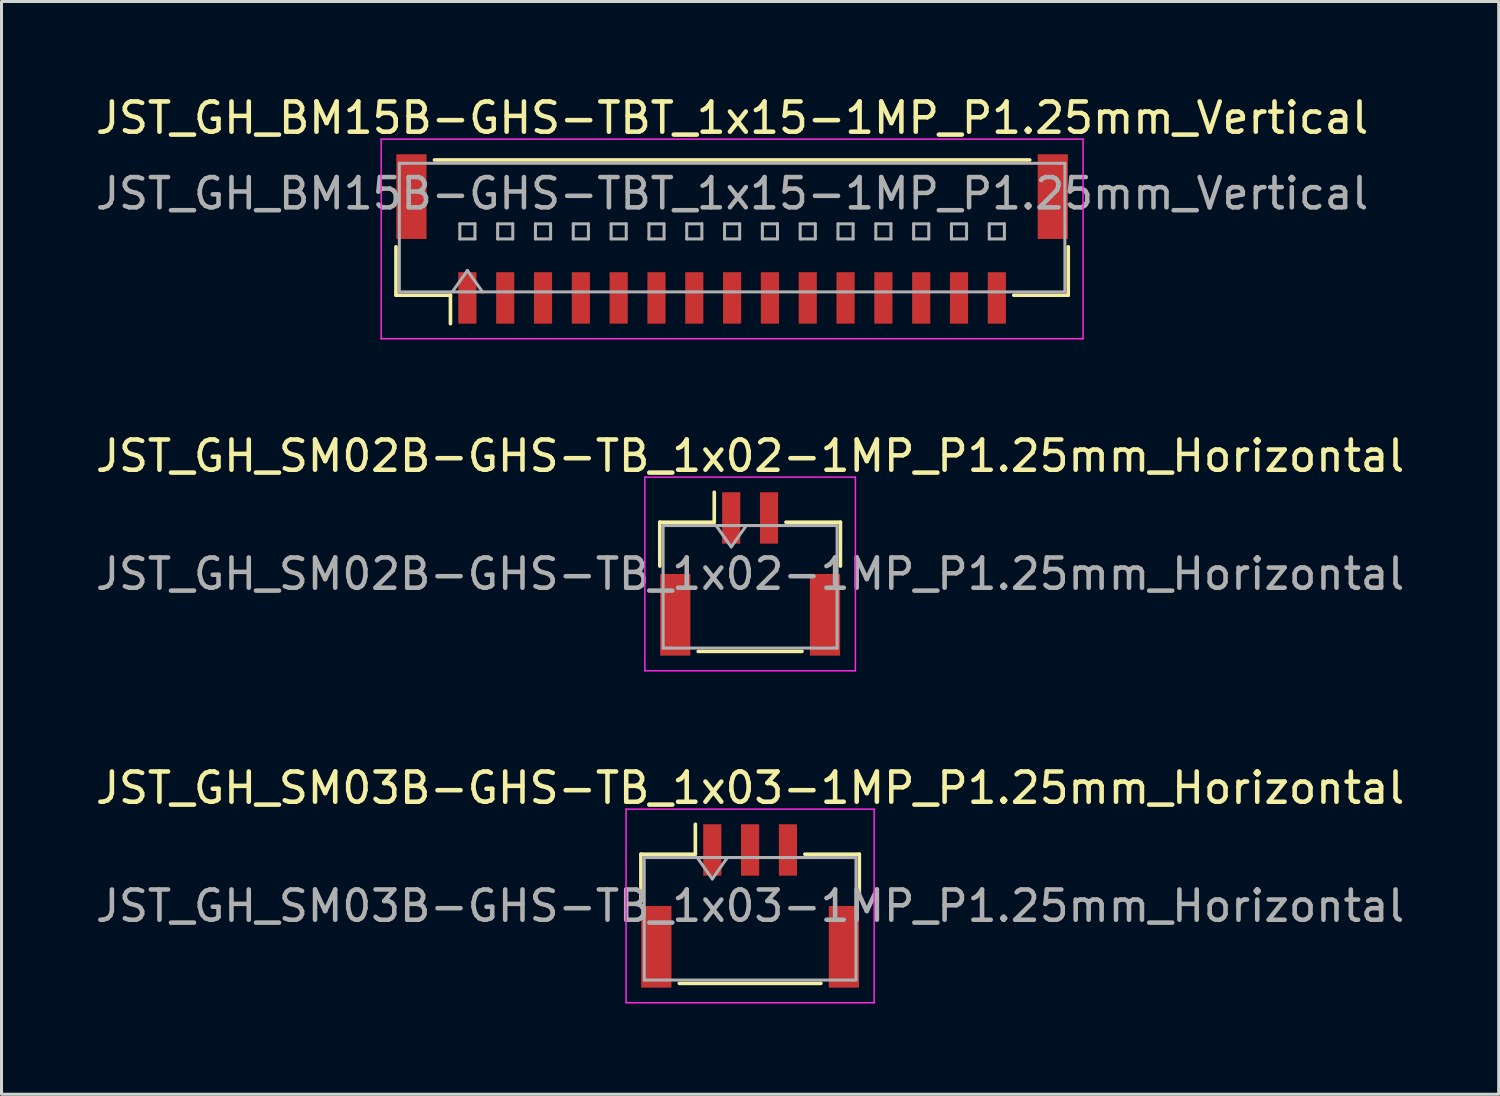
<source format=kicad_pcb>
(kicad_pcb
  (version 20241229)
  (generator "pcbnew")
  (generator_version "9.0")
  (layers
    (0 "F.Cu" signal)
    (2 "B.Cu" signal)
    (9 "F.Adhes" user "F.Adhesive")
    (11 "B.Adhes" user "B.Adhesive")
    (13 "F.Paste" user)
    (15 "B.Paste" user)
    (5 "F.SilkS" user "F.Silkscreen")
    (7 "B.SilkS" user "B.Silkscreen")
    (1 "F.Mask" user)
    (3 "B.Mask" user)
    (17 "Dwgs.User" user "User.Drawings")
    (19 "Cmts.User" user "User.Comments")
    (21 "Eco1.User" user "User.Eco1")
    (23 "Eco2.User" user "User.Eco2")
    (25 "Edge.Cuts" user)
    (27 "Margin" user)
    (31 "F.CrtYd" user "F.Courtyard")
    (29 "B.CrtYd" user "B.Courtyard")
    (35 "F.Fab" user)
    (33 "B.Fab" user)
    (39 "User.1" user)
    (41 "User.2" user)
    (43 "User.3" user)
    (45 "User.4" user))
  (footprint "JST_GH_BM15B-GHS-TBT_1x15-1MP_P1.25mm_Vertical"
    (layer "F.Cu")
    (at 21.149 4.848)
    (property "Reference" "JST_GH_BM15B-GHS-TBT_1x15-1MP_P1.25mm_Vertical" (at 0 -4 0) (layer "F.SilkS") (effects (font (size 1 1) (thickness 0.15))))
    (attr smd)
    (fp_line (start -11.11 0.26) (end -11.11 1.86) (stroke (width 0.12) (type solid)) (layer "F.SilkS"))
    (fp_line (start -11.11 1.86) (end -9.31 1.86) (stroke (width 0.12) (type solid)) (layer "F.SilkS"))
    (fp_line (start -9.84 -2.61) (end 9.84 -2.61) (stroke (width 0.12) (type solid)) (layer "F.SilkS"))
    (fp_line (start -9.31 1.86) (end -9.31 2.8) (stroke (width 0.12) (type solid)) (layer "F.SilkS"))
    (fp_line (start 11.11 0.26) (end 11.11 1.86) (stroke (width 0.12) (type solid)) (layer "F.SilkS"))
    (fp_line (start 11.11 1.86) (end 9.31 1.86) (stroke (width 0.12) (type solid)) (layer "F.SilkS"))
    (fp_line (start -11.6 -3.3) (end -11.6 3.3) (stroke (width 0.05) (type solid)) (layer "F.CrtYd"))
    (fp_line (start -11.6 3.3) (end 11.6 3.3) (stroke (width 0.05) (type solid)) (layer "F.CrtYd"))
    (fp_line (start 11.6 -3.3) (end -11.6 -3.3) (stroke (width 0.05) (type solid)) (layer "F.CrtYd"))
    (fp_line (start 11.6 3.3) (end 11.6 -3.3) (stroke (width 0.05) (type solid)) (layer "F.CrtYd"))
    (fp_line (start -11 -2.5) (end 11 -2.5) (stroke (width 0.1) (type solid)) (layer "F.Fab"))
    (fp_line (start -11 1.75) (end -11 -2.5) (stroke (width 0.1) (type solid)) (layer "F.Fab"))
    (fp_line (start -11 1.75) (end 11 1.75) (stroke (width 0.1) (type solid)) (layer "F.Fab"))
    (fp_line (start -9.25 1.75) (end -8.75 1.043) (stroke (width 0.1) (type solid)) (layer "F.Fab"))
    (fp_line (start -9 -0.5) (end -9 0) (stroke (width 0.1) (type solid)) (layer "F.Fab"))
    (fp_line (start -9 0) (end -8.5 0) (stroke (width 0.1) (type solid)) (layer "F.Fab"))
    (fp_line (start -8.75 1.043) (end -8.25 1.75) (stroke (width 0.1) (type solid)) (layer "F.Fab"))
    (fp_line (start -8.5 -0.5) (end -9 -0.5) (stroke (width 0.1) (type solid)) (layer "F.Fab"))
    (fp_line (start -8.5 0) (end -8.5 -0.5) (stroke (width 0.1) (type solid)) (layer "F.Fab"))
    (fp_line (start -7.75 -0.5) (end -7.75 0) (stroke (width 0.1) (type solid)) (layer "F.Fab"))
    (fp_line (start -7.75 0) (end -7.25 0) (stroke (width 0.1) (type solid)) (layer "F.Fab"))
    (fp_line (start -7.25 -0.5) (end -7.75 -0.5) (stroke (width 0.1) (type solid)) (layer "F.Fab"))
    (fp_line (start -7.25 0) (end -7.25 -0.5) (stroke (width 0.1) (type solid)) (layer "F.Fab"))
    (fp_line (start -6.5 -0.5) (end -6.5 0) (stroke (width 0.1) (type solid)) (layer "F.Fab"))
    (fp_line (start -6.5 0) (end -6 0) (stroke (width 0.1) (type solid)) (layer "F.Fab"))
    (fp_line (start -6 -0.5) (end -6.5 -0.5) (stroke (width 0.1) (type solid)) (layer "F.Fab"))
    (fp_line (start -6 0) (end -6 -0.5) (stroke (width 0.1) (type solid)) (layer "F.Fab"))
    (fp_line (start -5.25 -0.5) (end -5.25 0) (stroke (width 0.1) (type solid)) (layer "F.Fab"))
    (fp_line (start -5.25 0) (end -4.75 0) (stroke (width 0.1) (type solid)) (layer "F.Fab"))
    (fp_line (start -4.75 -0.5) (end -5.25 -0.5) (stroke (width 0.1) (type solid)) (layer "F.Fab"))
    (fp_line (start -4.75 0) (end -4.75 -0.5) (stroke (width 0.1) (type solid)) (layer "F.Fab"))
    (fp_line (start -4 -0.5) (end -4 0) (stroke (width 0.1) (type solid)) (layer "F.Fab"))
    (fp_line (start -4 0) (end -3.5 0) (stroke (width 0.1) (type solid)) (layer "F.Fab"))
    (fp_line (start -3.5 -0.5) (end -4 -0.5) (stroke (width 0.1) (type solid)) (layer "F.Fab"))
    (fp_line (start -3.5 0) (end -3.5 -0.5) (stroke (width 0.1) (type solid)) (layer "F.Fab"))
    (fp_line (start -2.75 -0.5) (end -2.75 0) (stroke (width 0.1) (type solid)) (layer "F.Fab"))
    (fp_line (start -2.75 0) (end -2.25 0) (stroke (width 0.1) (type solid)) (layer "F.Fab"))
    (fp_line (start -2.25 -0.5) (end -2.75 -0.5) (stroke (width 0.1) (type solid)) (layer "F.Fab"))
    (fp_line (start -2.25 0) (end -2.25 -0.5) (stroke (width 0.1) (type solid)) (layer "F.Fab"))
    (fp_line (start -1.5 -0.5) (end -1.5 0) (stroke (width 0.1) (type solid)) (layer "F.Fab"))
    (fp_line (start -1.5 0) (end -1 0) (stroke (width 0.1) (type solid)) (layer "F.Fab"))
    (fp_line (start -1 -0.5) (end -1.5 -0.5) (stroke (width 0.1) (type solid)) (layer "F.Fab"))
    (fp_line (start -1 0) (end -1 -0.5) (stroke (width 0.1) (type solid)) (layer "F.Fab"))
    (fp_line (start -0.25 -0.5) (end -0.25 0) (stroke (width 0.1) (type solid)) (layer "F.Fab"))
    (fp_line (start -0.25 0) (end 0.25 0) (stroke (width 0.1) (type solid)) (layer "F.Fab"))
    (fp_line (start 0.25 -0.5) (end -0.25 -0.5) (stroke (width 0.1) (type solid)) (layer "F.Fab"))
    (fp_line (start 0.25 0) (end 0.25 -0.5) (stroke (width 0.1) (type solid)) (layer "F.Fab"))
    (fp_line (start 1 -0.5) (end 1 0) (stroke (width 0.1) (type solid)) (layer "F.Fab"))
    (fp_line (start 1 0) (end 1.5 0) (stroke (width 0.1) (type solid)) (layer "F.Fab"))
    (fp_line (start 1.5 -0.5) (end 1 -0.5) (stroke (width 0.1) (type solid)) (layer "F.Fab"))
    (fp_line (start 1.5 0) (end 1.5 -0.5) (stroke (width 0.1) (type solid)) (layer "F.Fab"))
    (fp_line (start 2.25 -0.5) (end 2.25 0) (stroke (width 0.1) (type solid)) (layer "F.Fab"))
    (fp_line (start 2.25 0) (end 2.75 0) (stroke (width 0.1) (type solid)) (layer "F.Fab"))
    (fp_line (start 2.75 -0.5) (end 2.25 -0.5) (stroke (width 0.1) (type solid)) (layer "F.Fab"))
    (fp_line (start 2.75 0) (end 2.75 -0.5) (stroke (width 0.1) (type solid)) (layer "F.Fab"))
    (fp_line (start 3.5 -0.5) (end 3.5 0) (stroke (width 0.1) (type solid)) (layer "F.Fab"))
    (fp_line (start 3.5 0) (end 4 0) (stroke (width 0.1) (type solid)) (layer "F.Fab"))
    (fp_line (start 4 -0.5) (end 3.5 -0.5) (stroke (width 0.1) (type solid)) (layer "F.Fab"))
    (fp_line (start 4 0) (end 4 -0.5) (stroke (width 0.1) (type solid)) (layer "F.Fab"))
    (fp_line (start 4.75 -0.5) (end 4.75 0) (stroke (width 0.1) (type solid)) (layer "F.Fab"))
    (fp_line (start 4.75 0) (end 5.25 0) (stroke (width 0.1) (type solid)) (layer "F.Fab"))
    (fp_line (start 5.25 -0.5) (end 4.75 -0.5) (stroke (width 0.1) (type solid)) (layer "F.Fab"))
    (fp_line (start 5.25 0) (end 5.25 -0.5) (stroke (width 0.1) (type solid)) (layer "F.Fab"))
    (fp_line (start 6 -0.5) (end 6 0) (stroke (width 0.1) (type solid)) (layer "F.Fab"))
    (fp_line (start 6 0) (end 6.5 0) (stroke (width 0.1) (type solid)) (layer "F.Fab"))
    (fp_line (start 6.5 -0.5) (end 6 -0.5) (stroke (width 0.1) (type solid)) (layer "F.Fab"))
    (fp_line (start 6.5 0) (end 6.5 -0.5) (stroke (width 0.1) (type solid)) (layer "F.Fab"))
    (fp_line (start 7.25 -0.5) (end 7.25 0) (stroke (width 0.1) (type solid)) (layer "F.Fab"))
    (fp_line (start 7.25 0) (end 7.75 0) (stroke (width 0.1) (type solid)) (layer "F.Fab"))
    (fp_line (start 7.75 -0.5) (end 7.25 -0.5) (stroke (width 0.1) (type solid)) (layer "F.Fab"))
    (fp_line (start 7.75 0) (end 7.75 -0.5) (stroke (width 0.1) (type solid)) (layer "F.Fab"))
    (fp_line (start 8.5 -0.5) (end 8.5 0) (stroke (width 0.1) (type solid)) (layer "F.Fab"))
    (fp_line (start 8.5 0) (end 9 0) (stroke (width 0.1) (type solid)) (layer "F.Fab"))
    (fp_line (start 9 -0.5) (end 8.5 -0.5) (stroke (width 0.1) (type solid)) (layer "F.Fab"))
    (fp_line (start 9 0) (end 9 -0.5) (stroke (width 0.1) (type solid)) (layer "F.Fab"))
    (fp_line (start 11 1.75) (end 11 -2.5) (stroke (width 0.1) (type solid)) (layer "F.Fab"))
    (fp_text user "${REFERENCE}" (at 0 -1.5 0) (layer "F.Fab") (effects (font (size 1 1) (thickness 0.15))))
    (pad "1" smd rect (at -8.75 1.95) (size 0.6 1.7) (layers "F.Cu" "F.Mask" "F.Paste"))
    (pad "2" smd rect (at -7.5 1.95) (size 0.6 1.7) (layers "F.Cu" "F.Mask" "F.Paste"))
    (pad "3" smd rect (at -6.25 1.95) (size 0.6 1.7) (layers "F.Cu" "F.Mask" "F.Paste"))
    (pad "4" smd rect (at -5 1.95) (size 0.6 1.7) (layers "F.Cu" "F.Mask" "F.Paste"))
    (pad "5" smd rect (at -3.75 1.95) (size 0.6 1.7) (layers "F.Cu" "F.Mask" "F.Paste"))
    (pad "6" smd rect (at -2.5 1.95) (size 0.6 1.7) (layers "F.Cu" "F.Mask" "F.Paste"))
    (pad "7" smd rect (at -1.25 1.95) (size 0.6 1.7) (layers "F.Cu" "F.Mask" "F.Paste"))
    (pad "8" smd rect (at 0 1.95) (size 0.6 1.7) (layers "F.Cu" "F.Mask" "F.Paste"))
    (pad "9" smd rect (at 1.25 1.95) (size 0.6 1.7) (layers "F.Cu" "F.Mask" "F.Paste"))
    (pad "10" smd rect (at 2.5 1.95) (size 0.6 1.7) (layers "F.Cu" "F.Mask" "F.Paste"))
    (pad "11" smd rect (at 3.75 1.95) (size 0.6 1.7) (layers "F.Cu" "F.Mask" "F.Paste"))
    (pad "12" smd rect (at 5 1.95) (size 0.6 1.7) (layers "F.Cu" "F.Mask" "F.Paste"))
    (pad "13" smd rect (at 6.25 1.95) (size 0.6 1.7) (layers "F.Cu" "F.Mask" "F.Paste"))
    (pad "14" smd rect (at 7.5 1.95) (size 0.6 1.7) (layers "F.Cu" "F.Mask" "F.Paste"))
    (pad "15" smd rect (at 8.75 1.95) (size 0.6 1.7) (layers "F.Cu" "F.Mask" "F.Paste"))
    (pad "MP" smd rect (at -10.6 -1.4) (size 1 2.8) (layers "F.Cu" "F.Mask" "F.Paste"))
    (pad "MP" smd rect (at 10.6 -1.4) (size 1 2.8) (layers "F.Cu" "F.Mask" "F.Paste")))
  (footprint "JST_GH_SM03B-GHS-TB_1x03-1MP_P1.25mm_Horizontal"
    (layer "F.Cu")
    (at 21.744 26.895)
    (property "Reference" "JST_GH_SM03B-GHS-TB_1x03-1MP_P1.25mm_Horizontal" (at 0 -3.9 0) (layer "F.SilkS") (effects (font (size 1 1) (thickness 0.15))))
    (attr smd)
    (fp_line (start -3.61 -1.71) (end -1.81 -1.71) (stroke (width 0.12) (type solid)) (layer "F.SilkS"))
    (fp_line (start -3.61 -0.26) (end -3.61 -1.71) (stroke (width 0.12) (type solid)) (layer "F.SilkS"))
    (fp_line (start -2.34 2.56) (end 2.34 2.56) (stroke (width 0.12) (type solid)) (layer "F.SilkS"))
    (fp_line (start -1.81 -1.71) (end -1.81 -2.7) (stroke (width 0.12) (type solid)) (layer "F.SilkS"))
    (fp_line (start 3.61 -1.71) (end 1.81 -1.71) (stroke (width 0.12) (type solid)) (layer "F.SilkS"))
    (fp_line (start 3.61 -0.26) (end 3.61 -1.71) (stroke (width 0.12) (type solid)) (layer "F.SilkS"))
    (fp_line (start -4.1 -3.2) (end -4.1 3.2) (stroke (width 0.05) (type solid)) (layer "F.CrtYd"))
    (fp_line (start -4.1 3.2) (end 4.1 3.2) (stroke (width 0.05) (type solid)) (layer "F.CrtYd"))
    (fp_line (start 4.1 -3.2) (end -4.1 -3.2) (stroke (width 0.05) (type solid)) (layer "F.CrtYd"))
    (fp_line (start 4.1 3.2) (end 4.1 -3.2) (stroke (width 0.05) (type solid)) (layer "F.CrtYd"))
    (fp_line (start -3.5 -1.6) (end -3.5 2.45) (stroke (width 0.1) (type solid)) (layer "F.Fab"))
    (fp_line (start -3.5 -1.6) (end 3.5 -1.6) (stroke (width 0.1) (type solid)) (layer "F.Fab"))
    (fp_line (start -3.5 2.45) (end 3.5 2.45) (stroke (width 0.1) (type solid)) (layer "F.Fab"))
    (fp_line (start -1.75 -1.6) (end -1.25 -0.893) (stroke (width 0.1) (type solid)) (layer "F.Fab"))
    (fp_line (start -1.25 -0.893) (end -0.75 -1.6) (stroke (width 0.1) (type solid)) (layer "F.Fab"))
    (fp_line (start 3.5 -1.6) (end 3.5 2.45) (stroke (width 0.1) (type solid)) (layer "F.Fab"))
    (fp_text user "${REFERENCE}" (at 0 0 0) (layer "F.Fab") (effects (font (size 1 1) (thickness 0.15))))
    (pad "1" smd rect (at -1.25 -1.85) (size 0.6 1.7) (layers "F.Cu" "F.Mask" "F.Paste"))
    (pad "2" smd rect (at 0 -1.85) (size 0.6 1.7) (layers "F.Cu" "F.Mask" "F.Paste"))
    (pad "3" smd rect (at 1.25 -1.85) (size 0.6 1.7) (layers "F.Cu" "F.Mask" "F.Paste"))
    (pad "MP" smd rect (at -3.1 1.35) (size 1 2.7) (layers "F.Cu" "F.Mask" "F.Paste"))
    (pad "MP" smd rect (at 3.1 1.35) (size 1 2.7) (layers "F.Cu" "F.Mask" "F.Paste")))
  (footprint "JST_GH_SM02B-GHS-TB_1x02-1MP_P1.25mm_Horizontal"
    (layer "F.Cu")
    (at 21.744 15.921)
    (property "Reference" "JST_GH_SM02B-GHS-TB_1x02-1MP_P1.25mm_Horizontal" (at 0 -3.9 0) (layer "F.SilkS") (effects (font (size 1 1) (thickness 0.15))))
    (attr smd)
    (fp_line (start -2.985 -1.71) (end -1.185 -1.71) (stroke (width 0.12) (type solid)) (layer "F.SilkS"))
    (fp_line (start -2.985 -0.26) (end -2.985 -1.71) (stroke (width 0.12) (type solid)) (layer "F.SilkS"))
    (fp_line (start -1.715 2.56) (end 1.715 2.56) (stroke (width 0.12) (type solid)) (layer "F.SilkS"))
    (fp_line (start -1.185 -1.71) (end -1.185 -2.7) (stroke (width 0.12) (type solid)) (layer "F.SilkS"))
    (fp_line (start 2.985 -1.71) (end 1.185 -1.71) (stroke (width 0.12) (type solid)) (layer "F.SilkS"))
    (fp_line (start 2.985 -0.26) (end 2.985 -1.71) (stroke (width 0.12) (type solid)) (layer "F.SilkS"))
    (fp_line (start -3.48 -3.2) (end -3.48 3.2) (stroke (width 0.05) (type solid)) (layer "F.CrtYd"))
    (fp_line (start -3.48 3.2) (end 3.48 3.2) (stroke (width 0.05) (type solid)) (layer "F.CrtYd"))
    (fp_line (start 3.48 -3.2) (end -3.48 -3.2) (stroke (width 0.05) (type solid)) (layer "F.CrtYd"))
    (fp_line (start 3.48 3.2) (end 3.48 -3.2) (stroke (width 0.05) (type solid)) (layer "F.CrtYd"))
    (fp_line (start -2.875 -1.6) (end -2.875 2.45) (stroke (width 0.1) (type solid)) (layer "F.Fab"))
    (fp_line (start -2.875 -1.6) (end 2.875 -1.6) (stroke (width 0.1) (type solid)) (layer "F.Fab"))
    (fp_line (start -2.875 2.45) (end 2.875 2.45) (stroke (width 0.1) (type solid)) (layer "F.Fab"))
    (fp_line (start -1.125 -1.6) (end -0.625 -0.893) (stroke (width 0.1) (type solid)) (layer "F.Fab"))
    (fp_line (start -0.625 -0.893) (end -0.125 -1.6) (stroke (width 0.1) (type solid)) (layer "F.Fab"))
    (fp_line (start 2.875 -1.6) (end 2.875 2.45) (stroke (width 0.1) (type solid)) (layer "F.Fab"))
    (fp_text user "${REFERENCE}" (at 0 0 0) (layer "F.Fab") (effects (font (size 1 1) (thickness 0.15))))
    (pad "1" smd rect (at -0.625 -1.85) (size 0.6 1.7) (layers "F.Cu" "F.Mask" "F.Paste"))
    (pad "2" smd rect (at 0.625 -1.85) (size 0.6 1.7) (layers "F.Cu" "F.Mask" "F.Paste"))
    (pad "MP" smd rect (at -2.475 1.35) (size 1 2.7) (layers "F.Cu" "F.Mask" "F.Paste"))
    (pad "MP" smd rect (at 2.475 1.35) (size 1 2.7) (layers "F.Cu" "F.Mask" "F.Paste")))
  (gr_rect
    (start -3 -3)
    (end 46.488 33.12)
    (stroke (width 0.1) (type default))
    (fill no)
    (layer "Edge.Cuts")))
</source>
